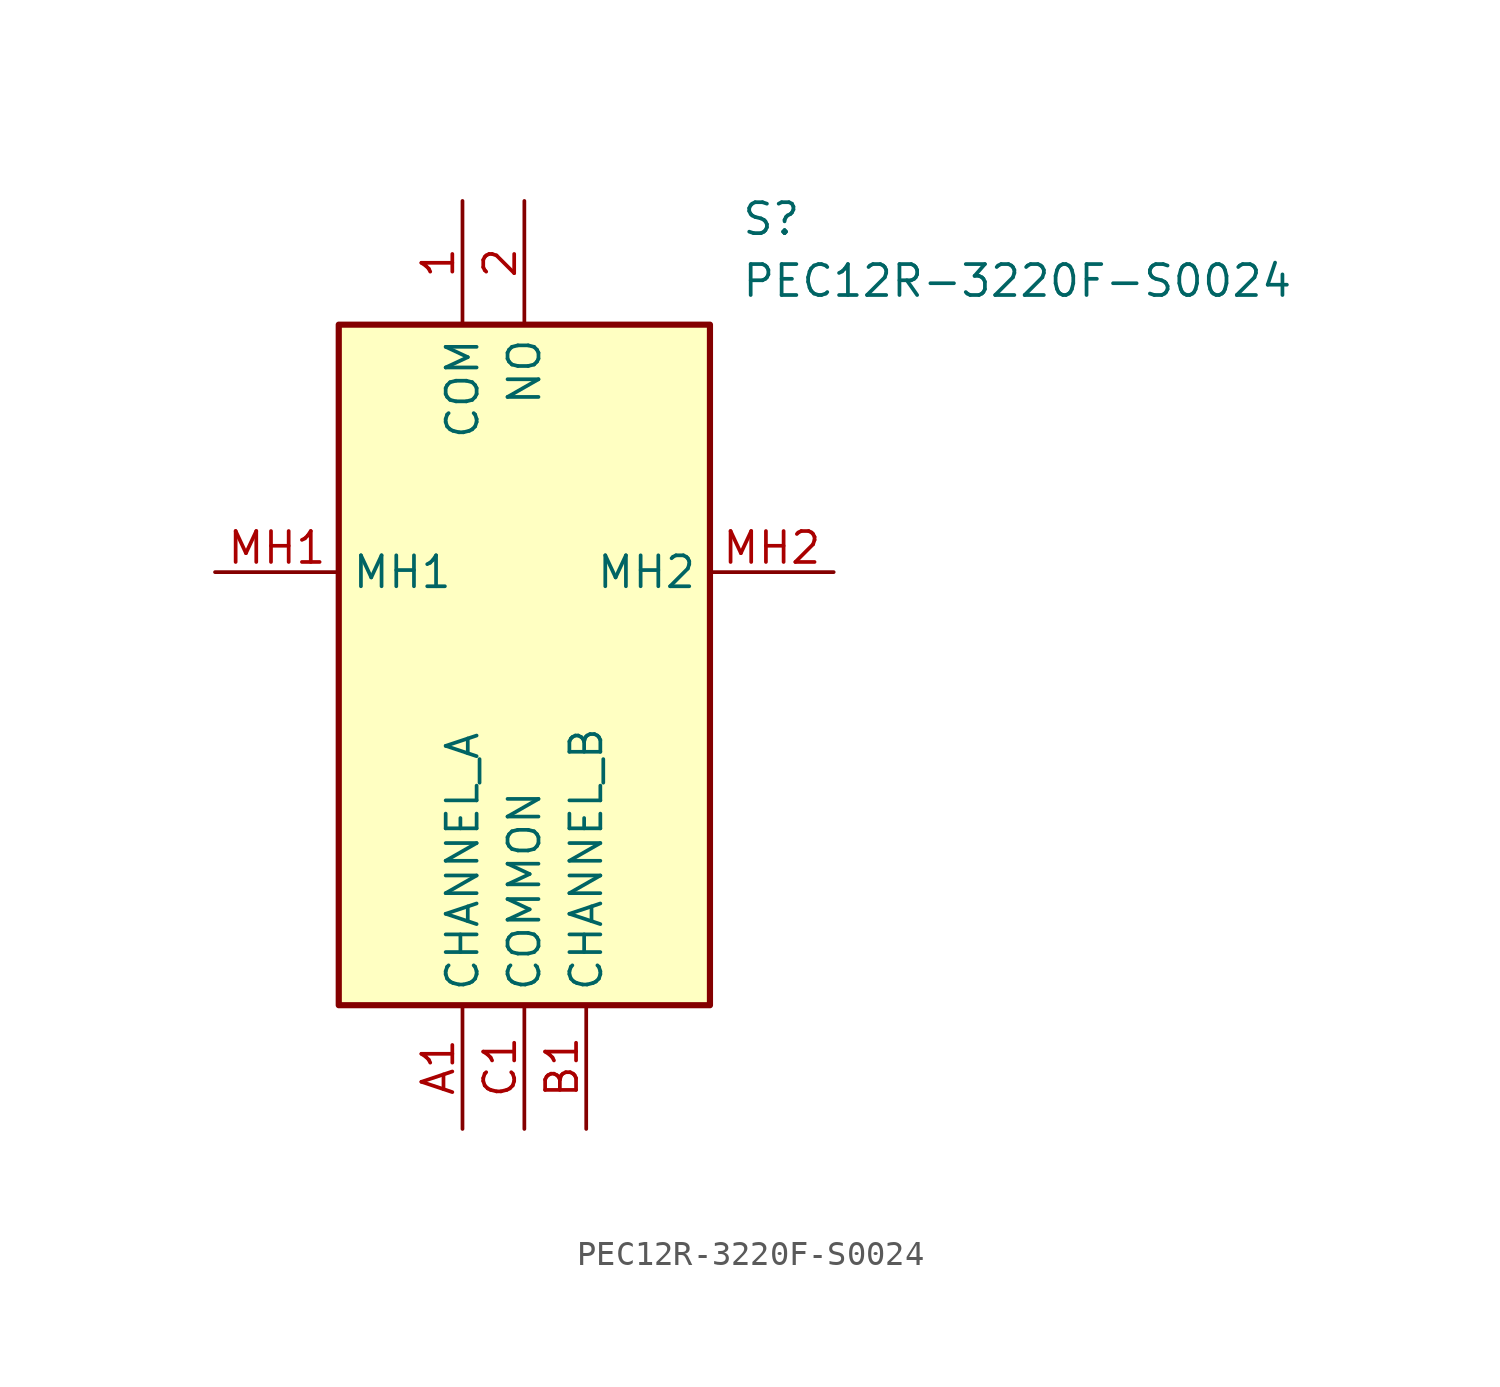
<source format=kicad_sym>
(kicad_symbol_lib
  (version 20211014)
  (generator SamacSys_ECAD_Model)
  (symbol "PEC12R-3220F-S0024"
    (property "Reference" "S"
      (at 21.59 15.24 0)
      (effects (font (size 1.27 1.27)) (justify left top)))
    (property "Value" "PEC12R-3220F-S0024"
      (at 21.59 12.7 0)
      (effects (font (size 1.27 1.27)) (justify left top)))
    (rectangle
      (start 5.08 10.16)
      (end 20.32 -17.78)
      (stroke (width 0.254) (type default))
      (fill (type background)))
    (pin passive line
      (at 10.16 15.24 270)
      (length 5.08)
      (name "COM" (effects (font (size 1.27 1.27))))
      (number "1" (effects (font (size 1.27 1.27)))))
    (pin passive line
      (at 12.7 15.24 270)
      (length 5.08)
      (name "NO" (effects (font (size 1.27 1.27))))
      (number "2" (effects (font (size 1.27 1.27)))))
    (pin passive line
      (at 10.16 -22.86 90)
      (length 5.08)
      (name "CHANNEL_A" (effects (font (size 1.27 1.27))))
      (number "A1" (effects (font (size 1.27 1.27)))))
    (pin passive line
      (at 15.24 -22.86 90)
      (length 5.08)
      (name "CHANNEL_B" (effects (font (size 1.27 1.27))))
      (number "B1" (effects (font (size 1.27 1.27)))))
    (pin passive line
      (at 12.7 -22.86 90)
      (length 5.08)
      (name "COMMON" (effects (font (size 1.27 1.27))))
      (number "C1" (effects (font (size 1.27 1.27)))))
    (pin passive line
      (at 0 0 0)
      (length 5.08)
      (name "MH1" (effects (font (size 1.27 1.27))))
      (number "MH1" (effects (font (size 1.27 1.27)))))
    (pin passive line
      (at 25.4 0 180)
      (length 5.08)
      (name "MH2" (effects (font (size 1.27 1.27))))
      (number "MH2" (effects (font (size 1.27 1.27)))))))
</source>
